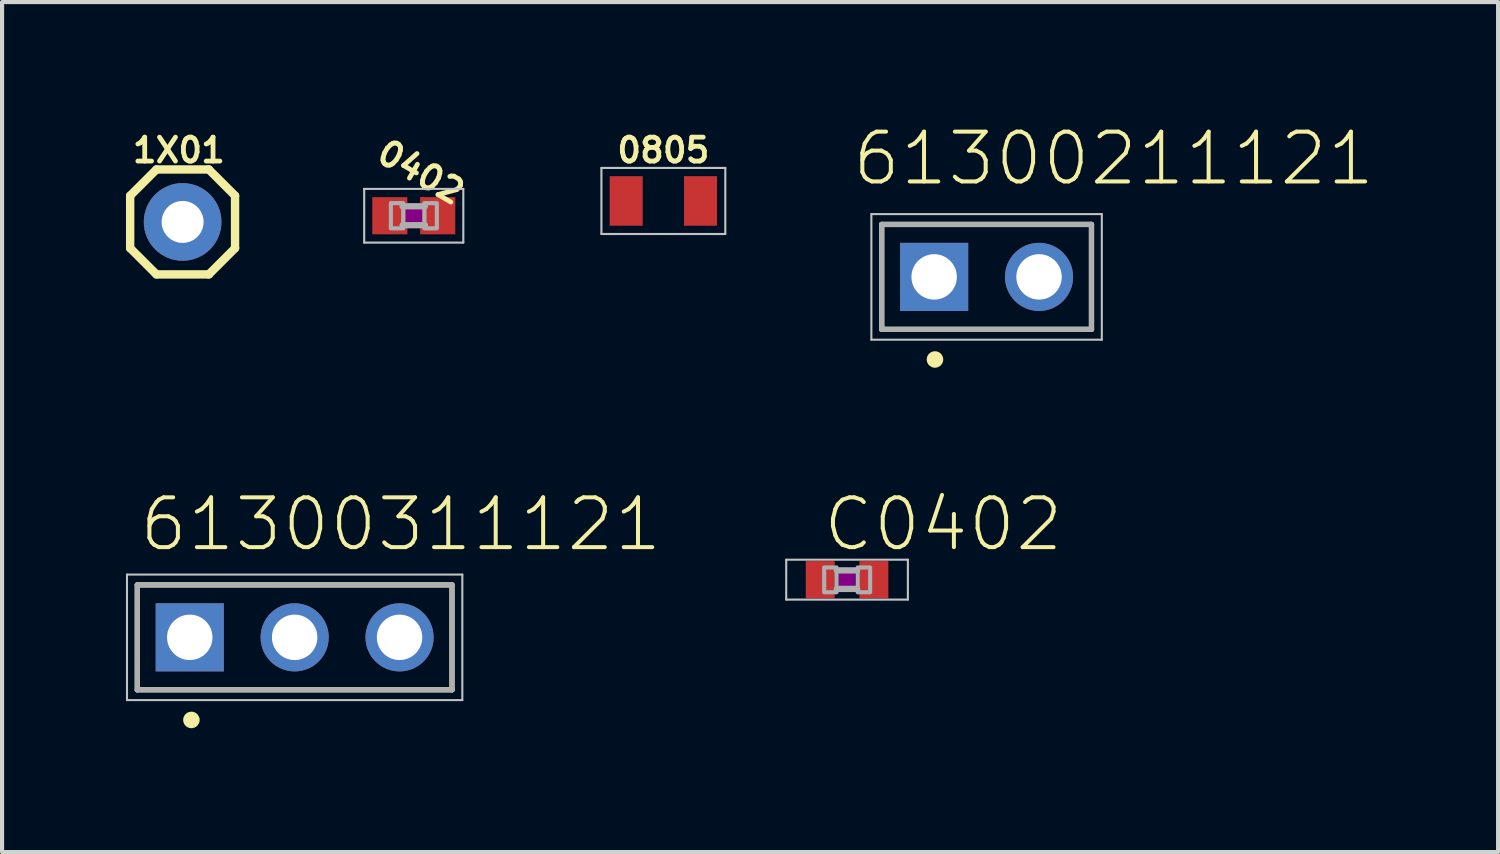
<source format=kicad_pcb>
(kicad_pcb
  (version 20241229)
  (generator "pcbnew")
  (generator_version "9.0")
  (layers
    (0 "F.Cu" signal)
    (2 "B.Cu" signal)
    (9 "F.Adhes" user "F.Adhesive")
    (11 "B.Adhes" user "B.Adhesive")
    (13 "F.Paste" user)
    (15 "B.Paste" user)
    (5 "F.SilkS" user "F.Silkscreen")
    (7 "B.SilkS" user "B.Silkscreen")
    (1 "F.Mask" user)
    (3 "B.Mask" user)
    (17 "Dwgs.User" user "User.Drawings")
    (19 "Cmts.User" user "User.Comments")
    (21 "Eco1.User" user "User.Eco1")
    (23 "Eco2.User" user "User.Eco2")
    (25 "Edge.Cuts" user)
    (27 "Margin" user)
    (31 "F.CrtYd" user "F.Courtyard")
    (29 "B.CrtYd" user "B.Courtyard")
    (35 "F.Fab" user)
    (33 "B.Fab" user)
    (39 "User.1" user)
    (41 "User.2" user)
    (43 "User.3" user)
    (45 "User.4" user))
  (footprint "0805"
    (layer "F.Cu")
    (at 13.013 1.816)
    (property "Reference" "0805" (at 0 -0.889 180) (layer "F.SilkS") (effects (font (size 0.579 0.579) (thickness 0.116)) (justify bottom)))
    (attr through_hole)
    (fp_line (start -1.5 -0.8) (end 1.5 -0.8) (stroke (width 0.051) (type solid)) (layer "Dwgs.User"))
    (fp_line (start -1.5 0.8) (end -1.5 -0.8) (stroke (width 0.051) (type solid)) (layer "Dwgs.User"))
    (fp_line (start 1.5 -0.8) (end 1.5 0.8) (stroke (width 0.051) (type solid)) (layer "Dwgs.User"))
    (fp_line (start 1.5 0.8) (end -1.5 0.8) (stroke (width 0.051) (type solid)) (layer "Dwgs.User"))
    (pad "1" smd rect (at -0.9 0) (size 0.8 1.2) (layers "F.Cu" "F.Mask" "F.Paste"))
    (pad "2" smd rect (at 0.9 0) (size 0.8 1.2) (layers "F.Cu" "F.Mask" "F.Paste")))
  (footprint "0402"
    (layer "F.Cu")
    (at 6.969 2.174)
    (property "Reference" "0402" (at -0.000001 -0.762 150) (layer "F.SilkS") (effects (font (size 0.579 0.579) (thickness 0.116)) (justify bottom)))
    (attr through_hole)
    (fp_poly (pts (xy -0.2 0.3) (xy 0.2 0.3) (xy 0.2 -0.3) (xy -0.2 -0.3)) (stroke (width 0) (type solid)) (fill yes) (layer "F.Adhes"))
    (fp_line (start -1.2 -0.65) (end 1.2 -0.65) (stroke (width 0.051) (type solid)) (layer "Dwgs.User"))
    (fp_line (start -1.2 0.65) (end -1.2 -0.65) (stroke (width 0.051) (type solid)) (layer "Dwgs.User"))
    (fp_line (start 1.2 -0.65) (end 1.2 0.65) (stroke (width 0.051) (type solid)) (layer "Dwgs.User"))
    (fp_line (start 1.2 0.65) (end -1.2 0.65) (stroke (width 0.051) (type solid)) (layer "Dwgs.User"))
    (fp_line (start -0.27 -0.229) (end 0.27 -0.229) (stroke (width 0.152) (type solid)) (layer "F.Fab"))
    (fp_line (start 0.27 0.229) (end -0.27 0.229) (stroke (width 0.152) (type solid)) (layer "F.Fab"))
    (fp_poly (pts (xy -0.554 0.305) (xy -0.254 0.305) (xy -0.254 -0.305) (xy -0.554 -0.305)) (stroke (width 0.1) (type solid)) (fill no) (layer "F.Fab"))
    (fp_poly (pts (xy 0.259 0.305) (xy 0.559 0.305) (xy 0.559 -0.305) (xy 0.259 -0.305)) (stroke (width 0.1) (type solid)) (fill no) (layer "F.Fab"))
    (pad "1" smd rect (at -0.58 0) (size 0.85 0.9) (layers "F.Cu" "F.Mask" "F.Paste"))
    (pad "2" smd rect (at 0.58 0) (size 0.85 0.9) (layers "F.Cu" "F.Mask" "F.Paste")))
  (footprint "61300211121"
    (layer "F.Cu")
    (at 20.84 3.655)
    (property "Reference" "61300211121" (at -3.302 -2.159 180) (layer "F.SilkS") (effects (font (size 1.206 1.206) (thickness 0.097)) (justify left bottom)))
    (attr through_hole)
    (fp_line (start -2.54 -1.27) (end 2.54 -1.27) (stroke (width 0.127) (type solid)) (layer "F.SilkS"))
    (fp_line (start -2.54 1.27) (end -2.54 -1.27) (stroke (width 0.127) (type solid)) (layer "F.SilkS"))
    (fp_line (start 2.54 -1.27) (end 2.54 1.27) (stroke (width 0.127) (type solid)) (layer "F.SilkS"))
    (fp_line (start 2.54 1.27) (end -2.54 1.27) (stroke (width 0.127) (type solid)) (layer "F.SilkS"))
    (fp_circle (center -1.25 2) (end -1.15 2) (stroke (width 0.2) (type solid)) (fill no) (layer "F.SilkS"))
    (fp_line (start -2.79 -1.52) (end 2.79 -1.52) (stroke (width 0.05) (type solid)) (layer "Dwgs.User"))
    (fp_line (start -2.79 1.52) (end -2.79 -1.52) (stroke (width 0.05) (type solid)) (layer "Dwgs.User"))
    (fp_line (start 2.79 -1.52) (end 2.79 1.52) (stroke (width 0.05) (type solid)) (layer "Dwgs.User"))
    (fp_line (start 2.79 1.52) (end -2.79 1.52) (stroke (width 0.05) (type solid)) (layer "Dwgs.User"))
    (fp_line (start -2.54 -1.27) (end 2.54 -1.27) (stroke (width 0.127) (type solid)) (layer "F.Fab"))
    (fp_line (start -2.54 1.27) (end -2.54 -1.27) (stroke (width 0.127) (type solid)) (layer "F.Fab"))
    (fp_line (start 2.54 -1.27) (end 2.54 1.27) (stroke (width 0.127) (type solid)) (layer "F.Fab"))
    (fp_line (start 2.54 1.27) (end -2.54 1.27) (stroke (width 0.127) (type solid)) (layer "F.Fab"))
    (pad "1" thru_hole rect (at -1.27 0) (size 1.65 1.65) (drill 1.1) (layers "*.Cu" "*.Mask"))
    (pad "2" thru_hole circle (at 1.27 0) (size 1.65 1.65) (drill 1.1) (layers "*.Cu" "*.Mask")))
  (footprint "61300311121"
    (layer "F.Cu")
    (at 4.085 12.383)
    (property "Reference" "61300311121" (at -3.81 -2.032 0) (layer "F.SilkS") (effects (font (size 1.206 1.206) (thickness 0.097)) (justify left bottom)))
    (attr through_hole)
    (fp_line (start -3.81 -1.27) (end -3.81 1.27) (stroke (width 0.127) (type solid)) (layer "F.SilkS"))
    (fp_line (start -3.81 1.27) (end 3.81 1.27) (stroke (width 0.127) (type solid)) (layer "F.SilkS"))
    (fp_line (start 3.81 -1.27) (end -3.81 -1.27) (stroke (width 0.127) (type solid)) (layer "F.SilkS"))
    (fp_line (start 3.81 1.27) (end 3.81 -1.27) (stroke (width 0.127) (type solid)) (layer "F.SilkS"))
    (fp_circle (center -2.5 2) (end -2.4 2) (stroke (width 0.2) (type solid)) (fill no) (layer "F.SilkS"))
    (fp_line (start -4.06 -1.52) (end 4.06 -1.52) (stroke (width 0.05) (type solid)) (layer "Dwgs.User"))
    (fp_line (start -4.06 1.52) (end -4.06 -1.52) (stroke (width 0.05) (type solid)) (layer "Dwgs.User"))
    (fp_line (start 4.06 -1.52) (end 4.06 1.52) (stroke (width 0.05) (type solid)) (layer "Dwgs.User"))
    (fp_line (start 4.06 1.52) (end -4.06 1.52) (stroke (width 0.05) (type solid)) (layer "Dwgs.User"))
    (fp_line (start -3.81 -1.27) (end -3.81 1.27) (stroke (width 0.127) (type solid)) (layer "F.Fab"))
    (fp_line (start -3.81 1.27) (end 3.81 1.27) (stroke (width 0.127) (type solid)) (layer "F.Fab"))
    (fp_line (start 3.81 -1.27) (end -3.81 -1.27) (stroke (width 0.127) (type solid)) (layer "F.Fab"))
    (fp_line (start 3.81 1.27) (end 3.81 -1.27) (stroke (width 0.127) (type solid)) (layer "F.Fab"))
    (pad "1" thru_hole rect (at -2.54 0) (size 1.65 1.65) (drill 1.1) (layers "*.Cu" "*.Mask"))
    (pad "2" thru_hole circle (at 0 0) (size 1.65 1.65) (drill 1.1) (layers "*.Cu" "*.Mask"))
    (pad "3" thru_hole circle (at 2.54 0) (size 1.65 1.65) (drill 1.1) (layers "*.Cu" "*.Mask")))
  (footprint "1X01"
    (layer "F.Cu")
    (at 1.372 2.324)
    (property "Reference" "1X01" (at -1.27 -1.397 0) (layer "F.SilkS") (effects (font (size 0.579 0.579) (thickness 0.116)) (justify left bottom)))
    (attr through_hole)
    (fp_line (start -1.27 -0.635) (end -1.27 0.635) (stroke (width 0.203) (type solid)) (layer "F.SilkS"))
    (fp_line (start -1.27 0.635) (end -0.635 1.27) (stroke (width 0.203) (type solid)) (layer "F.SilkS"))
    (fp_line (start -0.635 -1.27) (end -1.27 -0.635) (stroke (width 0.203) (type solid)) (layer "F.SilkS"))
    (fp_line (start -0.635 1.27) (end 0.635 1.27) (stroke (width 0.203) (type solid)) (layer "F.SilkS"))
    (fp_line (start 0.635 -1.27) (end -0.635 -1.27) (stroke (width 0.203) (type solid)) (layer "F.SilkS"))
    (fp_line (start 0.635 1.27) (end 1.27 0.635) (stroke (width 0.203) (type solid)) (layer "F.SilkS"))
    (fp_line (start 1.27 -0.635) (end 0.635 -1.27) (stroke (width 0.203) (type solid)) (layer "F.SilkS"))
    (fp_line (start 1.27 0.635) (end 1.27 -0.635) (stroke (width 0.203) (type solid)) (layer "F.SilkS"))
    (fp_poly (pts (xy -0.254 0.254) (xy 0.254 0.254) (xy 0.254 -0.254) (xy -0.254 -0.254)) (stroke (width 0.1) (type solid)) (fill no) (layer "F.Fab"))
    (pad "1" thru_hole circle (at 0 0 90) (size 1.88 1.88) (drill 1.016) (layers "*.Cu" "*.Mask")))
  (footprint "C0402"
    (layer "F.Cu")
    (at 17.461 10.986)
    (property "Reference" "C0402" (at -0.635 -0.635 180) (layer "F.SilkS") (effects (font (size 1.206 1.206) (thickness 0.097)) (justify left bottom)))
    (attr through_hole)
    (fp_poly (pts (xy -0.2 0.3) (xy 0.2 0.3) (xy 0.2 -0.3) (xy -0.2 -0.3)) (stroke (width 0) (type solid)) (fill yes) (layer "F.Adhes"))
    (fp_line (start -1.473 -0.483) (end 1.473 -0.483) (stroke (width 0.051) (type solid)) (layer "Dwgs.User"))
    (fp_line (start -1.473 0.483) (end -1.473 -0.483) (stroke (width 0.051) (type solid)) (layer "Dwgs.User"))
    (fp_line (start 1.473 -0.483) (end 1.473 0.483) (stroke (width 0.051) (type solid)) (layer "Dwgs.User"))
    (fp_line (start 1.473 0.483) (end -1.473 0.483) (stroke (width 0.051) (type solid)) (layer "Dwgs.User"))
    (fp_line (start -0.245 -0.224) (end 0.245 -0.224) (stroke (width 0.152) (type solid)) (layer "F.Fab"))
    (fp_line (start 0.245 0.224) (end -0.245 0.224) (stroke (width 0.152) (type solid)) (layer "F.Fab"))
    (fp_poly (pts (xy -0.554 0.305) (xy -0.254 0.305) (xy -0.254 -0.295) (xy -0.554 -0.295)) (stroke (width 0.1) (type solid)) (fill no) (layer "F.Fab"))
    (fp_poly (pts (xy 0.259 0.305) (xy 0.559 0.305) (xy 0.559 -0.295) (xy 0.259 -0.295)) (stroke (width 0.1) (type solid)) (fill no) (layer "F.Fab"))
    (pad "1" smd rect (at -0.65 0) (size 0.7 0.9) (layers "F.Cu" "F.Mask" "F.Paste"))
    (pad "2" smd rect (at 0.65 0) (size 0.7 0.9) (layers "F.Cu" "F.Mask" "F.Paste")))
  (gr_rect
    (start -3 -3)
    (end 33.226 17.583)
    (stroke (width 0.1) (type default))
    (fill no)
    (layer "Edge.Cuts")))
</source>
